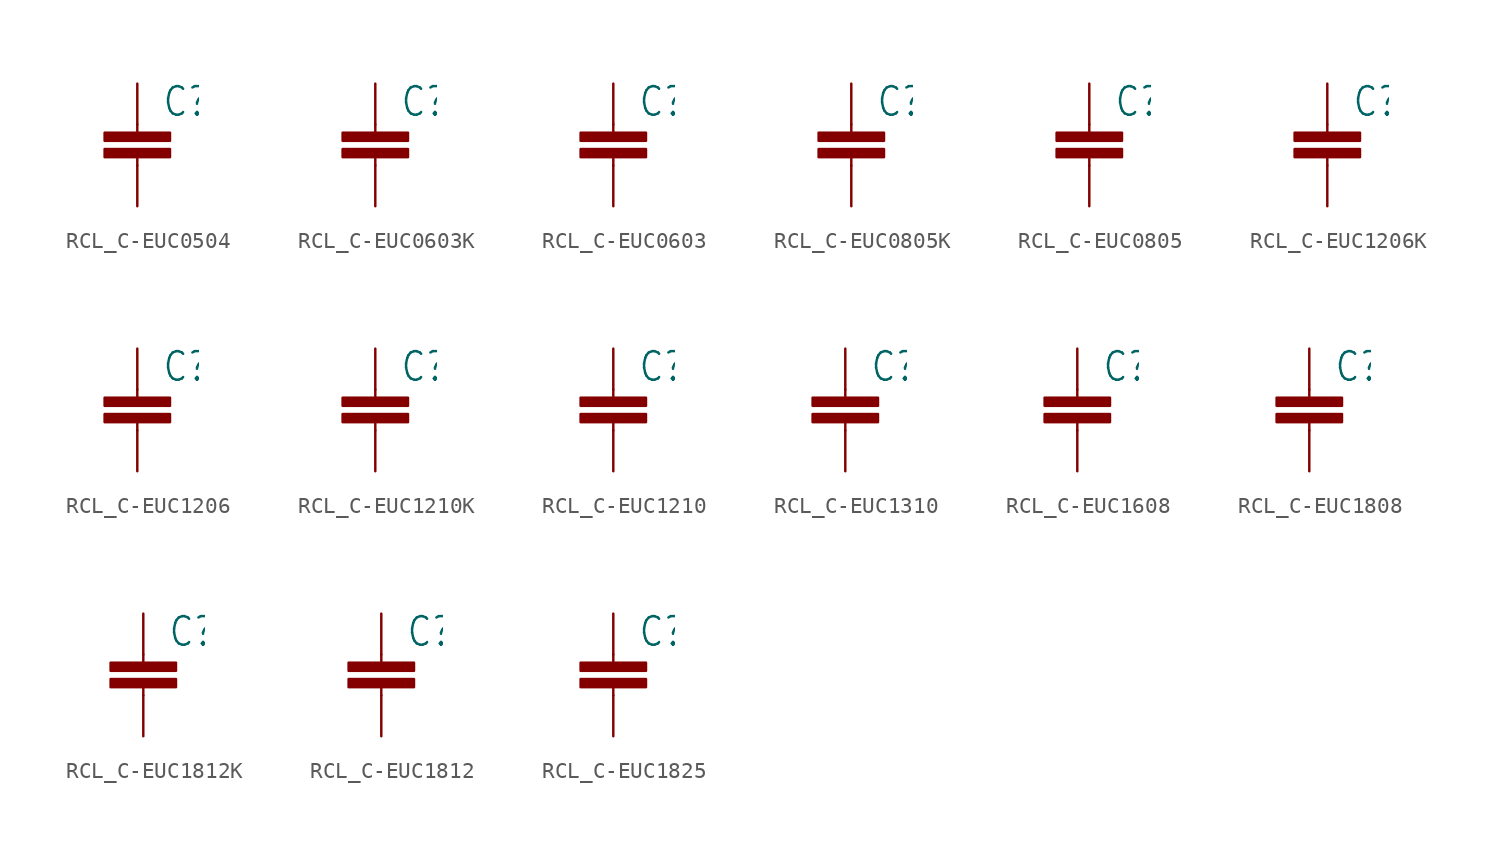
<source format=kicad_sym>
(kicad_symbol_lib
  (version 20241209)
  (generator "kicad_symbol_editor")
  (generator_version "9.0")
  (symbol "RCL_C-EUC0504"
    (property "Reference" "C"
      (at 1.524 0.381 0)
      (effects (font (size 1.778 1.511)) (justify left bottom)))
    (property "Value" ""
      (at 1.524 -4.699 0)
      (effects (font (size 1.778 1.511)) (justify left bottom)))
    (property "ki_locked" ""
      (at 0 0 0)
      (effects (font (size 1.27 1.27))))
    (symbol "RCL_C-EUC0504_1_0"
      (rectangle (start -2.032 -1.016) (end 2.032 -0.508) (stroke (width 0) (type default)) (fill (type outline)))
      (rectangle (start -2.032 -2.032) (end 2.032 -1.524) (stroke (width 0) (type default)) (fill (type outline)))
      (polyline (pts (xy 0 0) (xy 0 -0.508)) (stroke (width 0.152) (type solid)) (fill (type none)))
      (polyline (pts (xy 0 -2.54) (xy 0 -2.032)) (stroke (width 0.152) (type solid)) (fill (type none)))
      (pin passive line (at 0 2.54 270) (length 2.54) (name "1" (effects (font (size 0 0)))) (number "1" (effects (font (size 0 0)))))
      (pin passive line (at 0 -5.08 90) (length 2.54) (name "2" (effects (font (size 0 0)))) (number "2" (effects (font (size 0 0)))))))
  (symbol "RCL_C-EUC0603K"
    (property "Reference" "C"
      (at 1.524 0.381 0)
      (effects (font (size 1.778 1.511)) (justify left bottom)))
    (property "Value" ""
      (at 1.524 -4.699 0)
      (effects (font (size 1.778 1.511)) (justify left bottom)))
    (property "ki_locked" ""
      (at 0 0 0)
      (effects (font (size 1.27 1.27))))
    (symbol "RCL_C-EUC0603K_1_0"
      (rectangle (start -2.032 -1.016) (end 2.032 -0.508) (stroke (width 0) (type default)) (fill (type outline)))
      (rectangle (start -2.032 -2.032) (end 2.032 -1.524) (stroke (width 0) (type default)) (fill (type outline)))
      (polyline (pts (xy 0 0) (xy 0 -0.508)) (stroke (width 0.152) (type solid)) (fill (type none)))
      (polyline (pts (xy 0 -2.54) (xy 0 -2.032)) (stroke (width 0.152) (type solid)) (fill (type none)))
      (pin passive line (at 0 2.54 270) (length 2.54) (name "1" (effects (font (size 0 0)))) (number "1" (effects (font (size 0 0)))))
      (pin passive line (at 0 -5.08 90) (length 2.54) (name "2" (effects (font (size 0 0)))) (number "2" (effects (font (size 0 0)))))))
  (symbol "RCL_C-EUC0603"
    (property "Reference" "C"
      (at 1.524 0.381 0)
      (effects (font (size 1.778 1.511)) (justify left bottom)))
    (property "Value" ""
      (at 1.524 -4.699 0)
      (effects (font (size 1.778 1.511)) (justify left bottom)))
    (property "ki_locked" ""
      (at 0 0 0)
      (effects (font (size 1.27 1.27))))
    (symbol "RCL_C-EUC0603_1_0"
      (rectangle (start -2.032 -1.016) (end 2.032 -0.508) (stroke (width 0) (type default)) (fill (type outline)))
      (rectangle (start -2.032 -2.032) (end 2.032 -1.524) (stroke (width 0) (type default)) (fill (type outline)))
      (polyline (pts (xy 0 0) (xy 0 -0.508)) (stroke (width 0.152) (type solid)) (fill (type none)))
      (polyline (pts (xy 0 -2.54) (xy 0 -2.032)) (stroke (width 0.152) (type solid)) (fill (type none)))
      (pin passive line (at 0 2.54 270) (length 2.54) (name "1" (effects (font (size 0 0)))) (number "1" (effects (font (size 0 0)))))
      (pin passive line (at 0 -5.08 90) (length 2.54) (name "2" (effects (font (size 0 0)))) (number "2" (effects (font (size 0 0)))))))
  (symbol "RCL_C-EUC0805K"
    (property "Reference" "C"
      (at 1.524 0.381 0)
      (effects (font (size 1.778 1.511)) (justify left bottom)))
    (property "Value" ""
      (at 1.524 -4.699 0)
      (effects (font (size 1.778 1.511)) (justify left bottom)))
    (property "ki_locked" ""
      (at 0 0 0)
      (effects (font (size 1.27 1.27))))
    (symbol "RCL_C-EUC0805K_1_0"
      (rectangle (start -2.032 -1.016) (end 2.032 -0.508) (stroke (width 0) (type default)) (fill (type outline)))
      (rectangle (start -2.032 -2.032) (end 2.032 -1.524) (stroke (width 0) (type default)) (fill (type outline)))
      (polyline (pts (xy 0 0) (xy 0 -0.508)) (stroke (width 0.152) (type solid)) (fill (type none)))
      (polyline (pts (xy 0 -2.54) (xy 0 -2.032)) (stroke (width 0.152) (type solid)) (fill (type none)))
      (pin passive line (at 0 2.54 270) (length 2.54) (name "1" (effects (font (size 0 0)))) (number "1" (effects (font (size 0 0)))))
      (pin passive line (at 0 -5.08 90) (length 2.54) (name "2" (effects (font (size 0 0)))) (number "2" (effects (font (size 0 0)))))))
  (symbol "RCL_C-EUC0805"
    (property "Reference" "C"
      (at 1.524 0.381 0)
      (effects (font (size 1.778 1.511)) (justify left bottom)))
    (property "Value" ""
      (at 1.524 -4.699 0)
      (effects (font (size 1.778 1.511)) (justify left bottom)))
    (property "ki_locked" ""
      (at 0 0 0)
      (effects (font (size 1.27 1.27))))
    (symbol "RCL_C-EUC0805_1_0"
      (rectangle (start -2.032 -1.016) (end 2.032 -0.508) (stroke (width 0) (type default)) (fill (type outline)))
      (rectangle (start -2.032 -2.032) (end 2.032 -1.524) (stroke (width 0) (type default)) (fill (type outline)))
      (polyline (pts (xy 0 0) (xy 0 -0.508)) (stroke (width 0.152) (type solid)) (fill (type none)))
      (polyline (pts (xy 0 -2.54) (xy 0 -2.032)) (stroke (width 0.152) (type solid)) (fill (type none)))
      (pin passive line (at 0 2.54 270) (length 2.54) (name "1" (effects (font (size 0 0)))) (number "1" (effects (font (size 0 0)))))
      (pin passive line (at 0 -5.08 90) (length 2.54) (name "2" (effects (font (size 0 0)))) (number "2" (effects (font (size 0 0)))))))
  (symbol "RCL_C-EUC1206K"
    (property "Reference" "C"
      (at 1.524 0.381 0)
      (effects (font (size 1.778 1.511)) (justify left bottom)))
    (property "Value" ""
      (at 1.524 -4.699 0)
      (effects (font (size 1.778 1.511)) (justify left bottom)))
    (property "ki_locked" ""
      (at 0 0 0)
      (effects (font (size 1.27 1.27))))
    (symbol "RCL_C-EUC1206K_1_0"
      (rectangle (start -2.032 -1.016) (end 2.032 -0.508) (stroke (width 0) (type default)) (fill (type outline)))
      (rectangle (start -2.032 -2.032) (end 2.032 -1.524) (stroke (width 0) (type default)) (fill (type outline)))
      (polyline (pts (xy 0 0) (xy 0 -0.508)) (stroke (width 0.152) (type solid)) (fill (type none)))
      (polyline (pts (xy 0 -2.54) (xy 0 -2.032)) (stroke (width 0.152) (type solid)) (fill (type none)))
      (pin passive line (at 0 2.54 270) (length 2.54) (name "1" (effects (font (size 0 0)))) (number "1" (effects (font (size 0 0)))))
      (pin passive line (at 0 -5.08 90) (length 2.54) (name "2" (effects (font (size 0 0)))) (number "2" (effects (font (size 0 0)))))))
  (symbol "RCL_C-EUC1206"
    (property "Reference" "C"
      (at 1.524 0.381 0)
      (effects (font (size 1.778 1.511)) (justify left bottom)))
    (property "Value" ""
      (at 1.524 -4.699 0)
      (effects (font (size 1.778 1.511)) (justify left bottom)))
    (property "ki_locked" ""
      (at 0 0 0)
      (effects (font (size 1.27 1.27))))
    (symbol "RCL_C-EUC1206_1_0"
      (rectangle (start -2.032 -1.016) (end 2.032 -0.508) (stroke (width 0) (type default)) (fill (type outline)))
      (rectangle (start -2.032 -2.032) (end 2.032 -1.524) (stroke (width 0) (type default)) (fill (type outline)))
      (polyline (pts (xy 0 0) (xy 0 -0.508)) (stroke (width 0.152) (type solid)) (fill (type none)))
      (polyline (pts (xy 0 -2.54) (xy 0 -2.032)) (stroke (width 0.152) (type solid)) (fill (type none)))
      (pin passive line (at 0 2.54 270) (length 2.54) (name "1" (effects (font (size 0 0)))) (number "1" (effects (font (size 0 0)))))
      (pin passive line (at 0 -5.08 90) (length 2.54) (name "2" (effects (font (size 0 0)))) (number "2" (effects (font (size 0 0)))))))
  (symbol "RCL_C-EUC1210K"
    (property "Reference" "C"
      (at 1.524 0.381 0)
      (effects (font (size 1.778 1.511)) (justify left bottom)))
    (property "Value" ""
      (at 1.524 -4.699 0)
      (effects (font (size 1.778 1.511)) (justify left bottom)))
    (property "ki_locked" ""
      (at 0 0 0)
      (effects (font (size 1.27 1.27))))
    (symbol "RCL_C-EUC1210K_1_0"
      (rectangle (start -2.032 -1.016) (end 2.032 -0.508) (stroke (width 0) (type default)) (fill (type outline)))
      (rectangle (start -2.032 -2.032) (end 2.032 -1.524) (stroke (width 0) (type default)) (fill (type outline)))
      (polyline (pts (xy 0 0) (xy 0 -0.508)) (stroke (width 0.152) (type solid)) (fill (type none)))
      (polyline (pts (xy 0 -2.54) (xy 0 -2.032)) (stroke (width 0.152) (type solid)) (fill (type none)))
      (pin passive line (at 0 2.54 270) (length 2.54) (name "1" (effects (font (size 0 0)))) (number "1" (effects (font (size 0 0)))))
      (pin passive line (at 0 -5.08 90) (length 2.54) (name "2" (effects (font (size 0 0)))) (number "2" (effects (font (size 0 0)))))))
  (symbol "RCL_C-EUC1210"
    (property "Reference" "C"
      (at 1.524 0.381 0)
      (effects (font (size 1.778 1.511)) (justify left bottom)))
    (property "Value" ""
      (at 1.524 -4.699 0)
      (effects (font (size 1.778 1.511)) (justify left bottom)))
    (property "ki_locked" ""
      (at 0 0 0)
      (effects (font (size 1.27 1.27))))
    (symbol "RCL_C-EUC1210_1_0"
      (rectangle (start -2.032 -1.016) (end 2.032 -0.508) (stroke (width 0) (type default)) (fill (type outline)))
      (rectangle (start -2.032 -2.032) (end 2.032 -1.524) (stroke (width 0) (type default)) (fill (type outline)))
      (polyline (pts (xy 0 0) (xy 0 -0.508)) (stroke (width 0.152) (type solid)) (fill (type none)))
      (polyline (pts (xy 0 -2.54) (xy 0 -2.032)) (stroke (width 0.152) (type solid)) (fill (type none)))
      (pin passive line (at 0 2.54 270) (length 2.54) (name "1" (effects (font (size 0 0)))) (number "1" (effects (font (size 0 0)))))
      (pin passive line (at 0 -5.08 90) (length 2.54) (name "2" (effects (font (size 0 0)))) (number "2" (effects (font (size 0 0)))))))
  (symbol "RCL_C-EUC1310"
    (property "Reference" "C"
      (at 1.524 0.381 0)
      (effects (font (size 1.778 1.511)) (justify left bottom)))
    (property "Value" ""
      (at 1.524 -4.699 0)
      (effects (font (size 1.778 1.511)) (justify left bottom)))
    (property "ki_locked" ""
      (at 0 0 0)
      (effects (font (size 1.27 1.27))))
    (symbol "RCL_C-EUC1310_1_0"
      (rectangle (start -2.032 -1.016) (end 2.032 -0.508) (stroke (width 0) (type default)) (fill (type outline)))
      (rectangle (start -2.032 -2.032) (end 2.032 -1.524) (stroke (width 0) (type default)) (fill (type outline)))
      (polyline (pts (xy 0 0) (xy 0 -0.508)) (stroke (width 0.152) (type solid)) (fill (type none)))
      (polyline (pts (xy 0 -2.54) (xy 0 -2.032)) (stroke (width 0.152) (type solid)) (fill (type none)))
      (pin passive line (at 0 2.54 270) (length 2.54) (name "1" (effects (font (size 0 0)))) (number "1" (effects (font (size 0 0)))))
      (pin passive line (at 0 -5.08 90) (length 2.54) (name "2" (effects (font (size 0 0)))) (number "2" (effects (font (size 0 0)))))))
  (symbol "RCL_C-EUC1608"
    (property "Reference" "C"
      (at 1.524 0.381 0)
      (effects (font (size 1.778 1.511)) (justify left bottom)))
    (property "Value" ""
      (at 1.524 -4.699 0)
      (effects (font (size 1.778 1.511)) (justify left bottom)))
    (property "ki_locked" ""
      (at 0 0 0)
      (effects (font (size 1.27 1.27))))
    (symbol "RCL_C-EUC1608_1_0"
      (rectangle (start -2.032 -1.016) (end 2.032 -0.508) (stroke (width 0) (type default)) (fill (type outline)))
      (rectangle (start -2.032 -2.032) (end 2.032 -1.524) (stroke (width 0) (type default)) (fill (type outline)))
      (polyline (pts (xy 0 0) (xy 0 -0.508)) (stroke (width 0.152) (type solid)) (fill (type none)))
      (polyline (pts (xy 0 -2.54) (xy 0 -2.032)) (stroke (width 0.152) (type solid)) (fill (type none)))
      (pin passive line (at 0 2.54 270) (length 2.54) (name "1" (effects (font (size 0 0)))) (number "1" (effects (font (size 0 0)))))
      (pin passive line (at 0 -5.08 90) (length 2.54) (name "2" (effects (font (size 0 0)))) (number "2" (effects (font (size 0 0)))))))
  (symbol "RCL_C-EUC1808"
    (property "Reference" "C"
      (at 1.524 0.381 0)
      (effects (font (size 1.778 1.511)) (justify left bottom)))
    (property "Value" ""
      (at 1.524 -4.699 0)
      (effects (font (size 1.778 1.511)) (justify left bottom)))
    (property "ki_locked" ""
      (at 0 0 0)
      (effects (font (size 1.27 1.27))))
    (symbol "RCL_C-EUC1808_1_0"
      (rectangle (start -2.032 -1.016) (end 2.032 -0.508) (stroke (width 0) (type default)) (fill (type outline)))
      (rectangle (start -2.032 -2.032) (end 2.032 -1.524) (stroke (width 0) (type default)) (fill (type outline)))
      (polyline (pts (xy 0 0) (xy 0 -0.508)) (stroke (width 0.152) (type solid)) (fill (type none)))
      (polyline (pts (xy 0 -2.54) (xy 0 -2.032)) (stroke (width 0.152) (type solid)) (fill (type none)))
      (pin passive line (at 0 2.54 270) (length 2.54) (name "1" (effects (font (size 0 0)))) (number "1" (effects (font (size 0 0)))))
      (pin passive line (at 0 -5.08 90) (length 2.54) (name "2" (effects (font (size 0 0)))) (number "2" (effects (font (size 0 0)))))))
  (symbol "RCL_C-EUC1812K"
    (property "Reference" "C"
      (at 1.524 0.381 0)
      (effects (font (size 1.778 1.511)) (justify left bottom)))
    (property "Value" ""
      (at 1.524 -4.699 0)
      (effects (font (size 1.778 1.511)) (justify left bottom)))
    (property "ki_locked" ""
      (at 0 0 0)
      (effects (font (size 1.27 1.27))))
    (symbol "RCL_C-EUC1812K_1_0"
      (rectangle (start -2.032 -1.016) (end 2.032 -0.508) (stroke (width 0) (type default)) (fill (type outline)))
      (rectangle (start -2.032 -2.032) (end 2.032 -1.524) (stroke (width 0) (type default)) (fill (type outline)))
      (polyline (pts (xy 0 0) (xy 0 -0.508)) (stroke (width 0.152) (type solid)) (fill (type none)))
      (polyline (pts (xy 0 -2.54) (xy 0 -2.032)) (stroke (width 0.152) (type solid)) (fill (type none)))
      (pin passive line (at 0 2.54 270) (length 2.54) (name "1" (effects (font (size 0 0)))) (number "1" (effects (font (size 0 0)))))
      (pin passive line (at 0 -5.08 90) (length 2.54) (name "2" (effects (font (size 0 0)))) (number "2" (effects (font (size 0 0)))))))
  (symbol "RCL_C-EUC1812"
    (property "Reference" "C"
      (at 1.524 0.381 0)
      (effects (font (size 1.778 1.511)) (justify left bottom)))
    (property "Value" ""
      (at 1.524 -4.699 0)
      (effects (font (size 1.778 1.511)) (justify left bottom)))
    (property "ki_locked" ""
      (at 0 0 0)
      (effects (font (size 1.27 1.27))))
    (symbol "RCL_C-EUC1812_1_0"
      (rectangle (start -2.032 -1.016) (end 2.032 -0.508) (stroke (width 0) (type default)) (fill (type outline)))
      (rectangle (start -2.032 -2.032) (end 2.032 -1.524) (stroke (width 0) (type default)) (fill (type outline)))
      (polyline (pts (xy 0 0) (xy 0 -0.508)) (stroke (width 0.152) (type solid)) (fill (type none)))
      (polyline (pts (xy 0 -2.54) (xy 0 -2.032)) (stroke (width 0.152) (type solid)) (fill (type none)))
      (pin passive line (at 0 2.54 270) (length 2.54) (name "1" (effects (font (size 0 0)))) (number "1" (effects (font (size 0 0)))))
      (pin passive line (at 0 -5.08 90) (length 2.54) (name "2" (effects (font (size 0 0)))) (number "2" (effects (font (size 0 0)))))))
  (symbol "RCL_C-EUC1825"
    (property "Reference" "C"
      (at 1.524 0.381 0)
      (effects (font (size 1.778 1.511)) (justify left bottom)))
    (property "Value" ""
      (at 1.524 -4.699 0)
      (effects (font (size 1.778 1.511)) (justify left bottom)))
    (property "ki_locked" ""
      (at 0 0 0)
      (effects (font (size 1.27 1.27))))
    (symbol "RCL_C-EUC1825_1_0"
      (rectangle (start -2.032 -1.016) (end 2.032 -0.508) (stroke (width 0) (type default)) (fill (type outline)))
      (rectangle (start -2.032 -2.032) (end 2.032 -1.524) (stroke (width 0) (type default)) (fill (type outline)))
      (polyline (pts (xy 0 0) (xy 0 -0.508)) (stroke (width 0.152) (type solid)) (fill (type none)))
      (polyline (pts (xy 0 -2.54) (xy 0 -2.032)) (stroke (width 0.152) (type solid)) (fill (type none)))
      (pin passive line (at 0 2.54 270) (length 2.54) (name "1" (effects (font (size 0 0)))) (number "1" (effects (font (size 0 0)))))
      (pin passive line (at 0 -5.08 90) (length 2.54) (name "2" (effects (font (size 0 0)))) (number "2" (effects (font (size 0 0))))))))
</source>
